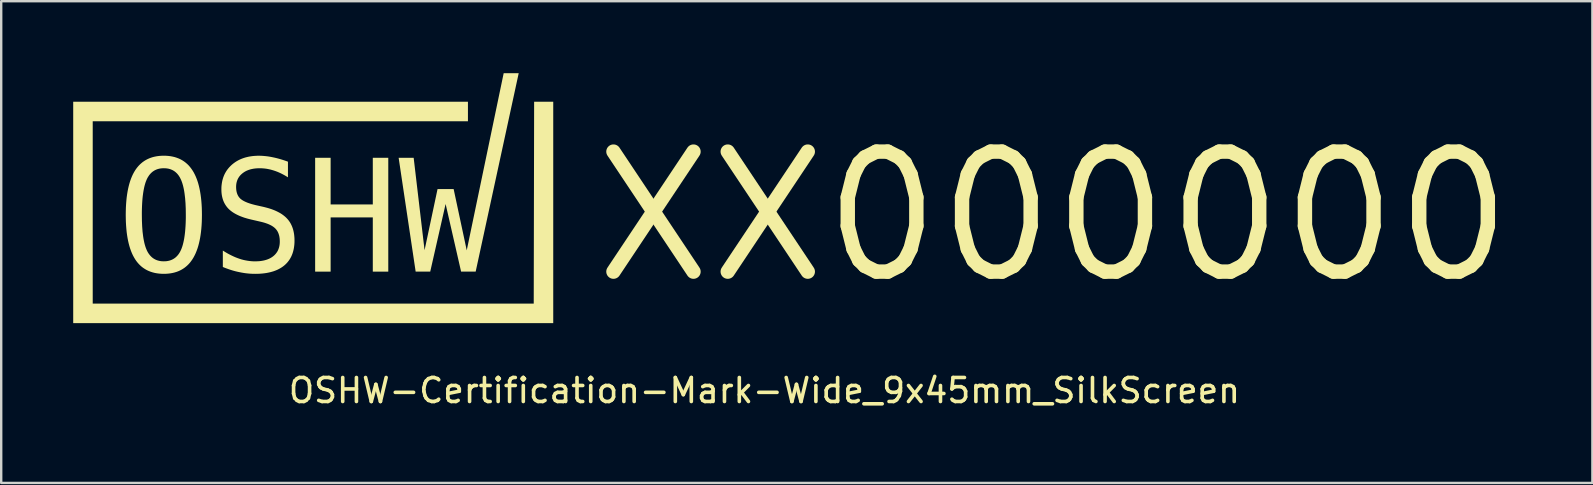
<source format=kicad_pcb>
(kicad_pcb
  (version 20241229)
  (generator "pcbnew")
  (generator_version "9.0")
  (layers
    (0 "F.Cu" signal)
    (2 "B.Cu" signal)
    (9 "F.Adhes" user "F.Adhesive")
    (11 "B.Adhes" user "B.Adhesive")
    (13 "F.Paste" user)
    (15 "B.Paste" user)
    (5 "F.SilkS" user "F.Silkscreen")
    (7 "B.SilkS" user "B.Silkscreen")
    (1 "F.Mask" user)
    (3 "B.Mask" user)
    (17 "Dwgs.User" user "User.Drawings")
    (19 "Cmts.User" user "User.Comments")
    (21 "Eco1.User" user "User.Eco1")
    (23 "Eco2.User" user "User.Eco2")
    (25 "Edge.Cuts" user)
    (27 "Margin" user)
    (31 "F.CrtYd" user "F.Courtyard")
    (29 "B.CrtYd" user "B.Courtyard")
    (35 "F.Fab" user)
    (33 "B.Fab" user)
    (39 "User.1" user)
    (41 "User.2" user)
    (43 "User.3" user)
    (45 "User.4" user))
  (footprint "OSHW-Certification-Mark-Wide_9x45mm_SilkScreen"
    (layer "F.Cu")
    (at 28.8 5.385)
    (property "Reference" "OSHW-Certification-Mark-Wide_9x45mm_SilkScreen" (at 0.000154 7.838 0) (unlocked yes) (layer "F.SilkS") (effects (font (size 1 1) (thickness 0.15))))
    (attr board_only exclude_from_pos_files exclude_from_bom allow_missing_courtyard)
    (fp_poly (pts (xy -23.437 0.515) (xy -23.437 0.515) (xy -23.437 0.515)) (stroke (width 0) (type solid)) (fill yes) (layer "F.SilkS"))
    (fp_poly (pts (xy -19.853 -1.699) (xy -19.853 -1.699) (xy -19.853 -1.699)) (stroke (width 0) (type solid)) (fill yes) (layer "F.SilkS"))
    (fp_poly (pts (xy -8.8 5.028) (xy -28.8 5.028) (xy -28.8 -4.197) (xy -12.354 -4.197) (xy -12.354 -3.383) (xy -27.987 -3.383) (xy -27.987 4.215) (xy -9.613 4.215) (xy -9.596 -4.197) (xy -8.8 -4.197)) (stroke (width 0) (type solid)) (fill yes) (layer "F.SilkS"))
    (fp_poly (pts (xy -18.075 0.083) (xy -16.318 0.083) (xy -16.318 -1.861) (xy -15.673 -1.861) (xy -15.673 2.882) (xy -16.318 2.882) (xy -16.318 0.623) (xy -18.075 0.623) (xy -18.075 2.882) (xy -18.72 2.882) (xy -18.72 -1.861) (xy -18.075 -1.861)) (stroke (width 0) (type solid)) (fill yes) (layer "F.SilkS"))
    (fp_poly (pts (xy -12.032 2.882) (xy -12.639 2.882) (xy -13.284 0.064) (xy -13.925 2.882) (xy -14.532 2.882) (xy -15.241 -1.861) (xy -14.615 -1.861) (xy -14.161 1.989) (xy -13.62 -0.559) (xy -12.95 -0.559) (xy -12.404 1.995) (xy -10.865 -5.385) (xy -10.239 -5.385)) (stroke (width 0) (type solid)) (fill yes) (layer "F.SilkS"))
    (fp_poly (pts (xy -24.927 -1.945) (xy -24.831 -1.938) (xy -24.739 -1.926) (xy -24.65 -1.909) (xy -24.564 -1.888) (xy -24.481 -1.861) (xy -24.401 -1.83) (xy -24.325 -1.795) (xy -24.252 -1.754) (xy -24.182 -1.709) (xy -24.116 -1.659) (xy -24.052 -1.604) (xy -23.992 -1.545) (xy -23.935 -1.48) (xy -23.882 -1.411) (xy -23.831 -1.337) (xy -23.783 -1.259) (xy -23.739 -1.175) (xy -23.697 -1.086) (xy -23.659 -0.993) (xy -23.623 -0.894) (xy -23.591 -0.791) (xy -23.562 -0.683) (xy -23.536 -0.569) (xy -23.513 -0.451) (xy -23.493 -0.328) (xy -23.476 -0.2) (xy -23.462 -0.067) (xy -23.451 0.071) (xy -23.443 0.214) (xy -23.439 0.362) (xy -23.437 0.515) (xy -23.439 0.667) (xy -23.443 0.815) (xy -23.451 0.957) (xy -23.462 1.095) (xy -23.476 1.228) (xy -23.493 1.355) (xy -23.513 1.478) (xy -23.536 1.596) (xy -23.562 1.709) (xy -23.591 1.818) (xy -23.623 1.921) (xy -23.659 2.019) (xy -23.697 2.113) (xy -23.739 2.201) (xy -23.783 2.285) (xy -23.831 2.364) (xy -23.856 2.401) (xy -23.882 2.437) (xy -23.908 2.473) (xy -23.935 2.507) (xy -23.963 2.539) (xy -23.992 2.571) (xy -24.022 2.601) (xy -24.052 2.63) (xy -24.084 2.658) (xy -24.116 2.685) (xy -24.149 2.711) (xy -24.182 2.735) (xy -24.217 2.758) (xy -24.252 2.78) (xy -24.288 2.801) (xy -24.325 2.821) (xy -24.363 2.839) (xy -24.401 2.857) (xy -24.441 2.873) (xy -24.481 2.888) (xy -24.522 2.901) (xy -24.564 2.914) (xy -24.606 2.925) (xy -24.65 2.935) (xy -24.694 2.944) (xy -24.739 2.952) (xy -24.831 2.964) (xy -24.927 2.971) (xy -25.026 2.973) (xy -25.124 2.971) (xy -25.22 2.964) (xy -25.312 2.952) (xy -25.402 2.936) (xy -25.488 2.914) (xy -25.57 2.888) (xy -25.65 2.857) (xy -25.726 2.822) (xy -25.799 2.781) (xy -25.869 2.736) (xy -25.936 2.687) (xy -25.999 2.632) (xy -26.059 2.573) (xy -26.116 2.509) (xy -26.17 2.44) (xy -26.22 2.367) (xy -26.267 2.288) (xy -26.312 2.205) (xy -26.353 2.117) (xy -26.391 2.023) (xy -26.426 1.925) (xy -26.458 1.822) (xy -26.487 1.714) (xy -26.513 1.6) (xy -26.536 1.482) (xy -26.556 1.359) (xy -26.573 1.231) (xy -26.586 1.097) (xy -26.597 0.959) (xy -26.605 0.816) (xy -26.609 0.668) (xy -26.611 0.515) (xy -25.94 0.515) (xy -25.937 0.766) (xy -25.927 0.999) (xy -25.911 1.213) (xy -25.887 1.408) (xy -25.873 1.499) (xy -25.857 1.585) (xy -25.84 1.667) (xy -25.821 1.744) (xy -25.8 1.816) (xy -25.778 1.883) (xy -25.753 1.946) (xy -25.728 2.005) (xy -25.7 2.059) (xy -25.685 2.085) (xy -25.669 2.11) (xy -25.654 2.134) (xy -25.637 2.157) (xy -25.62 2.179) (xy -25.603 2.201) (xy -25.585 2.221) (xy -25.566 2.241) (xy -25.547 2.26) (xy -25.528 2.278) (xy -25.508 2.295) (xy -25.487 2.311) (xy -25.466 2.326) (xy -25.444 2.341) (xy -25.422 2.354) (xy -25.399 2.367) (xy -25.376 2.379) (xy -25.352 2.39) (xy -25.328 2.4) (xy -25.303 2.409) (xy -25.278 2.417) (xy -25.252 2.424) (xy -25.225 2.431) (xy -25.198 2.437) (xy -25.171 2.442) (xy -25.143 2.445) (xy -25.114 2.449) (xy -25.085 2.451) (xy -25.026 2.452) (xy -24.966 2.451) (xy -24.908 2.446) (xy -24.852 2.437) (xy -24.798 2.425) (xy -24.747 2.409) (xy -24.698 2.39) (xy -24.65 2.367) (xy -24.605 2.341) (xy -24.563 2.312) (xy -24.522 2.279) (xy -24.484 2.242) (xy -24.447 2.202) (xy -24.413 2.159) (xy -24.381 2.112) (xy -24.351 2.062) (xy -24.324 2.008) (xy -24.297 1.949) (xy -24.273 1.886) (xy -24.25 1.819) (xy -24.229 1.746) (xy -24.21 1.669) (xy -24.192 1.588) (xy -24.176 1.502) (xy -24.162 1.411) (xy -24.149 1.315) (xy -24.138 1.215) (xy -24.129 1.11) (xy -24.121 1) (xy -24.115 0.886) (xy -24.111 0.767) (xy -24.108 0.643) (xy -24.108 0.515) (xy -24.111 0.263) (xy -24.121 0.03) (xy -24.138 -0.185) (xy -24.162 -0.381) (xy -24.176 -0.472) (xy -24.192 -0.558) (xy -24.21 -0.64) (xy -24.229 -0.717) (xy -24.25 -0.789) (xy -24.273 -0.857) (xy -24.297 -0.92) (xy -24.324 -0.978) (xy -24.351 -1.033) (xy -24.366 -1.058) (xy -24.381 -1.083) (xy -24.397 -1.107) (xy -24.413 -1.131) (xy -24.43 -1.153) (xy -24.447 -1.174) (xy -24.465 -1.195) (xy -24.484 -1.215) (xy -24.503 -1.233) (xy -24.522 -1.251) (xy -24.542 -1.268) (xy -24.563 -1.285) (xy -24.584 -1.3) (xy -24.605 -1.314) (xy -24.628 -1.328) (xy -24.65 -1.341) (xy -24.674 -1.352) (xy -24.698 -1.363) (xy -24.722 -1.373) (xy -24.747 -1.383) (xy -24.772 -1.391) (xy -24.798 -1.398) (xy -24.825 -1.405) (xy -24.852 -1.411) (xy -24.879 -1.415) (xy -24.908 -1.419) (xy -24.936 -1.422) (xy -24.966 -1.424) (xy -25.026 -1.426) (xy -25.085 -1.424) (xy -25.143 -1.419) (xy -25.198 -1.411) (xy -25.252 -1.398) (xy -25.303 -1.383) (xy -25.352 -1.363) (xy -25.399 -1.341) (xy -25.444 -1.314) (xy -25.487 -1.285) (xy -25.528 -1.251) (xy -25.566 -1.215) (xy -25.603 -1.174) (xy -25.637 -1.131) (xy -25.669 -1.083) (xy -25.7 -1.033) (xy -25.728 -0.978) (xy -25.753 -0.92) (xy -25.778 -0.857) (xy -25.8 -0.789) (xy -25.821 -0.717) (xy -25.84 -0.64) (xy -25.857 -0.558) (xy -25.873 -0.472) (xy -25.887 -0.381) (xy -25.9 -0.285) (xy -25.911 -0.185) (xy -25.92 -0.08) (xy -25.927 0.029) (xy -25.933 0.144) (xy -25.937 0.263) (xy -25.94 0.386) (xy -25.94 0.515) (xy -26.611 0.515) (xy -26.611 0.515) (xy -26.609 0.362) (xy -26.605 0.214) (xy -26.597 0.071) (xy -26.586 -0.067) (xy -26.573 -0.2) (xy -26.556 -0.328) (xy -26.536 -0.451) (xy -26.513 -0.569) (xy -26.487 -0.683) (xy -26.458 -0.791) (xy -26.426 -0.894) (xy -26.391 -0.993) (xy -26.353 -1.086) (xy -26.312 -1.175) (xy -26.267 -1.259) (xy -26.22 -1.337) (xy -26.195 -1.375) (xy -26.169 -1.411) (xy -26.143 -1.446) (xy -26.115 -1.48) (xy -26.087 -1.513) (xy -26.058 -1.545) (xy -26.028 -1.575) (xy -25.998 -1.604) (xy -25.966 -1.632) (xy -25.934 -1.659) (xy -25.901 -1.685) (xy -25.867 -1.709) (xy -25.833 -1.732) (xy -25.798 -1.754) (xy -25.761 -1.775) (xy -25.724 -1.795) (xy -25.687 -1.813) (xy -25.648 -1.83) (xy -25.609 -1.847) (xy -25.569 -1.861) (xy -25.528 -1.875) (xy -25.486 -1.888) (xy -25.444 -1.899) (xy -25.4 -1.909) (xy -25.312 -1.926) (xy -25.219 -1.938) (xy -25.124 -1.945) (xy -25.026 -1.947)) (stroke (width 0) (type solid)) (fill yes) (layer "F.SilkS"))
    (fp_poly (pts (xy -20.995 -1.945) (xy -20.925 -1.942) (xy -20.854 -1.937) (xy -20.783 -1.93) (xy -20.711 -1.922) (xy -20.637 -1.911) (xy -20.563 -1.898) (xy -20.488 -1.883) (xy -20.412 -1.867) (xy -20.335 -1.849) (xy -20.258 -1.829) (xy -20.179 -1.807) (xy -20.099 -1.783) (xy -20.018 -1.757) (xy -19.936 -1.729) (xy -19.853 -1.699) (xy -19.853 -1.047) (xy -19.926 -1.093) (xy -19.999 -1.135) (xy -20.073 -1.175) (xy -20.146 -1.212) (xy -20.22 -1.246) (xy -20.293 -1.277) (xy -20.367 -1.305) (xy -20.441 -1.33) (xy -20.514 -1.352) (xy -20.587 -1.372) (xy -20.661 -1.388) (xy -20.734 -1.402) (xy -20.808 -1.412) (xy -20.883 -1.419) (xy -20.957 -1.424) (xy -21.032 -1.425) (xy -21.088 -1.425) (xy -21.142 -1.422) (xy -21.195 -1.418) (xy -21.247 -1.412) (xy -21.297 -1.405) (xy -21.345 -1.395) (xy -21.393 -1.385) (xy -21.438 -1.372) (xy -21.482 -1.358) (xy -21.525 -1.342) (xy -21.566 -1.325) (xy -21.606 -1.306) (xy -21.644 -1.285) (xy -21.681 -1.262) (xy -21.716 -1.238) (xy -21.749 -1.213) (xy -21.781 -1.186) (xy -21.811 -1.158) (xy -21.839 -1.129) (xy -21.865 -1.098) (xy -21.889 -1.067) (xy -21.91 -1.034) (xy -21.93 -1.001) (xy -21.947 -0.966) (xy -21.963 -0.929) (xy -21.976 -0.892) (xy -21.987 -0.854) (xy -21.997 -0.814) (xy -22.004 -0.773) (xy -22.009 -0.731) (xy -22.012 -0.688) (xy -22.013 -0.644) (xy -22.012 -0.605) (xy -22.01 -0.568) (xy -22.007 -0.531) (xy -22.002 -0.496) (xy -21.996 -0.462) (xy -21.989 -0.429) (xy -21.98 -0.397) (xy -21.97 -0.367) (xy -21.959 -0.337) (xy -21.946 -0.309) (xy -21.932 -0.282) (xy -21.917 -0.256) (xy -21.9 -0.231) (xy -21.882 -0.208) (xy -21.862 -0.185) (xy -21.842 -0.164) (xy -21.819 -0.144) (xy -21.793 -0.124) (xy -21.766 -0.104) (xy -21.736 -0.085) (xy -21.703 -0.066) (xy -21.669 -0.048) (xy -21.632 -0.03) (xy -21.592 -0.013) (xy -21.551 0.005) (xy -21.507 0.021) (xy -21.46 0.037) (xy -21.412 0.053) (xy -21.361 0.069) (xy -21.307 0.083) (xy -21.252 0.098) (xy -21.194 0.112) (xy -20.857 0.188) (xy -20.775 0.209) (xy -20.696 0.23) (xy -20.619 0.253) (xy -20.546 0.277) (xy -20.475 0.303) (xy -20.407 0.33) (xy -20.342 0.359) (xy -20.28 0.389) (xy -20.221 0.42) (xy -20.164 0.452) (xy -20.111 0.486) (xy -20.06 0.522) (xy -20.012 0.559) (xy -19.967 0.597) (xy -19.924 0.637) (xy -19.885 0.678) (xy -19.848 0.72) (xy -19.813 0.765) (xy -19.781 0.811) (xy -19.751 0.859) (xy -19.724 0.91) (xy -19.699 0.962) (xy -19.676 1.016) (xy -19.656 1.071) (xy -19.638 1.129) (xy -19.623 1.189) (xy -19.61 1.25) (xy -19.599 1.314) (xy -19.591 1.379) (xy -19.585 1.446) (xy -19.581 1.515) (xy -19.58 1.586) (xy -19.581 1.669) (xy -19.586 1.75) (xy -19.595 1.829) (xy -19.606 1.904) (xy -19.621 1.978) (xy -19.639 2.048) (xy -19.66 2.117) (xy -19.685 2.183) (xy -19.712 2.246) (xy -19.744 2.307) (xy -19.778 2.365) (xy -19.816 2.421) (xy -19.857 2.474) (xy -19.901 2.525) (xy -19.948 2.573) (xy -19.999 2.619) (xy -20.053 2.662) (xy -20.11 2.702) (xy -20.17 2.739) (xy -20.233 2.774) (xy -20.298 2.806) (xy -20.367 2.835) (xy -20.439 2.862) (xy -20.514 2.885) (xy -20.591 2.906) (xy -20.672 2.924) (xy -20.756 2.94) (xy -20.843 2.952) (xy -20.932 2.962) (xy -21.025 2.969) (xy -21.12 2.973) (xy -21.219 2.974) (xy -21.302 2.973) (xy -21.386 2.97) (xy -21.47 2.964) (xy -21.553 2.956) (xy -21.637 2.946) (xy -21.721 2.933) (xy -21.805 2.918) (xy -21.889 2.901) (xy -21.973 2.883) (xy -22.058 2.862) (xy -22.142 2.839) (xy -22.227 2.813) (xy -22.311 2.785) (xy -22.396 2.755) (xy -22.481 2.723) (xy -22.566 2.688) (xy -22.566 2.005) (xy -22.475 2.061) (xy -22.386 2.114) (xy -22.298 2.162) (xy -22.211 2.206) (xy -22.125 2.247) (xy -22.041 2.284) (xy -21.958 2.316) (xy -21.877 2.345) (xy -21.795 2.371) (xy -21.713 2.393) (xy -21.631 2.411) (xy -21.549 2.426) (xy -21.466 2.438) (xy -21.384 2.447) (xy -21.302 2.452) (xy -21.219 2.453) (xy -21.159 2.452) (xy -21.101 2.45) (xy -21.044 2.446) (xy -20.989 2.44) (xy -20.936 2.432) (xy -20.885 2.423) (xy -20.835 2.412) (xy -20.787 2.399) (xy -20.741 2.385) (xy -20.696 2.369) (xy -20.653 2.351) (xy -20.611 2.332) (xy -20.572 2.311) (xy -20.534 2.288) (xy -20.497 2.263) (xy -20.463 2.237) (xy -20.43 2.209) (xy -20.4 2.18) (xy -20.371 2.149) (xy -20.345 2.117) (xy -20.321 2.084) (xy -20.298 2.049) (xy -20.278 2.013) (xy -20.26 1.975) (xy -20.245 1.936) (xy -20.231 1.896) (xy -20.219 1.855) (xy -20.21 1.812) (xy -20.202 1.768) (xy -20.197 1.722) (xy -20.194 1.676) (xy -20.193 1.627) (xy -20.194 1.584) (xy -20.196 1.541) (xy -20.199 1.5) (xy -20.205 1.46) (xy -20.211 1.421) (xy -20.219 1.384) (xy -20.229 1.348) (xy -20.24 1.314) (xy -20.252 1.28) (xy -20.266 1.248) (xy -20.281 1.218) (xy -20.298 1.188) (xy -20.317 1.16) (xy -20.336 1.134) (xy -20.358 1.108) (xy -20.38 1.084) (xy -20.404 1.061) (xy -20.431 1.039) (xy -20.459 1.017) (xy -20.49 0.996) (xy -20.522 0.975) (xy -20.557 0.956) (xy -20.594 0.937) (xy -20.634 0.918) (xy -20.675 0.9) (xy -20.719 0.883) (xy -20.764 0.867) (xy -20.812 0.851) (xy -20.862 0.836) (xy -20.914 0.822) (xy -20.969 0.808) (xy -21.025 0.795) (xy -21.368 0.716) (xy -21.449 0.696) (xy -21.528 0.676) (xy -21.603 0.654) (xy -21.676 0.632) (xy -21.746 0.607) (xy -21.813 0.582) (xy -21.877 0.556) (xy -21.938 0.528) (xy -21.997 0.499) (xy -22.053 0.469) (xy -22.106 0.438) (xy -22.156 0.406) (xy -22.203 0.372) (xy -22.247 0.338) (xy -22.289 0.302) (xy -22.328 0.265) (xy -22.364 0.226) (xy -22.398 0.186) (xy -22.429 0.144) (xy -22.458 0.101) (xy -22.485 0.056) (xy -22.51 0.009) (xy -22.532 -0.039) (xy -22.552 -0.089) (xy -22.569 -0.14) (xy -22.584 -0.193) (xy -22.597 -0.248) (xy -22.608 -0.304) (xy -22.616 -0.362) (xy -22.622 -0.422) (xy -22.625 -0.483) (xy -22.626 -0.545) (xy -22.625 -0.624) (xy -22.62 -0.7) (xy -22.611 -0.775) (xy -22.6 -0.847) (xy -22.585 -0.918) (xy -22.566 -0.986) (xy -22.545 -1.053) (xy -22.52 -1.117) (xy -22.492 -1.18) (xy -22.46 -1.24) (xy -22.425 -1.299) (xy -22.387 -1.356) (xy -22.345 -1.41) (xy -22.3 -1.463) (xy -22.252 -1.513) (xy -22.201 -1.562) (xy -22.146 -1.609) (xy -22.089 -1.652) (xy -22.03 -1.693) (xy -21.969 -1.73) (xy -21.905 -1.765) (xy -21.84 -1.796) (xy -21.772 -1.825) (xy -21.702 -1.85) (xy -21.63 -1.873) (xy -21.555 -1.892) (xy -21.479 -1.909) (xy -21.4 -1.922) (xy -21.319 -1.933) (xy -21.236 -1.94) (xy -21.151 -1.945) (xy -21.063 -1.946)) (stroke (width 0) (type solid)) (fill yes) (layer "F.SilkS"))
    (fp_text user "XX000000" (at -7.4 0.6 0) (unlocked yes) (layer "F.SilkS") (effects (font (size 5 5) (thickness 0.6)) (justify left))))
  (gr_rect
    (start -3 -3)
    (end 63.295 17.071)
    (stroke (width 0.1) (type default))
    (fill no)
    (layer "Edge.Cuts")))
</source>
